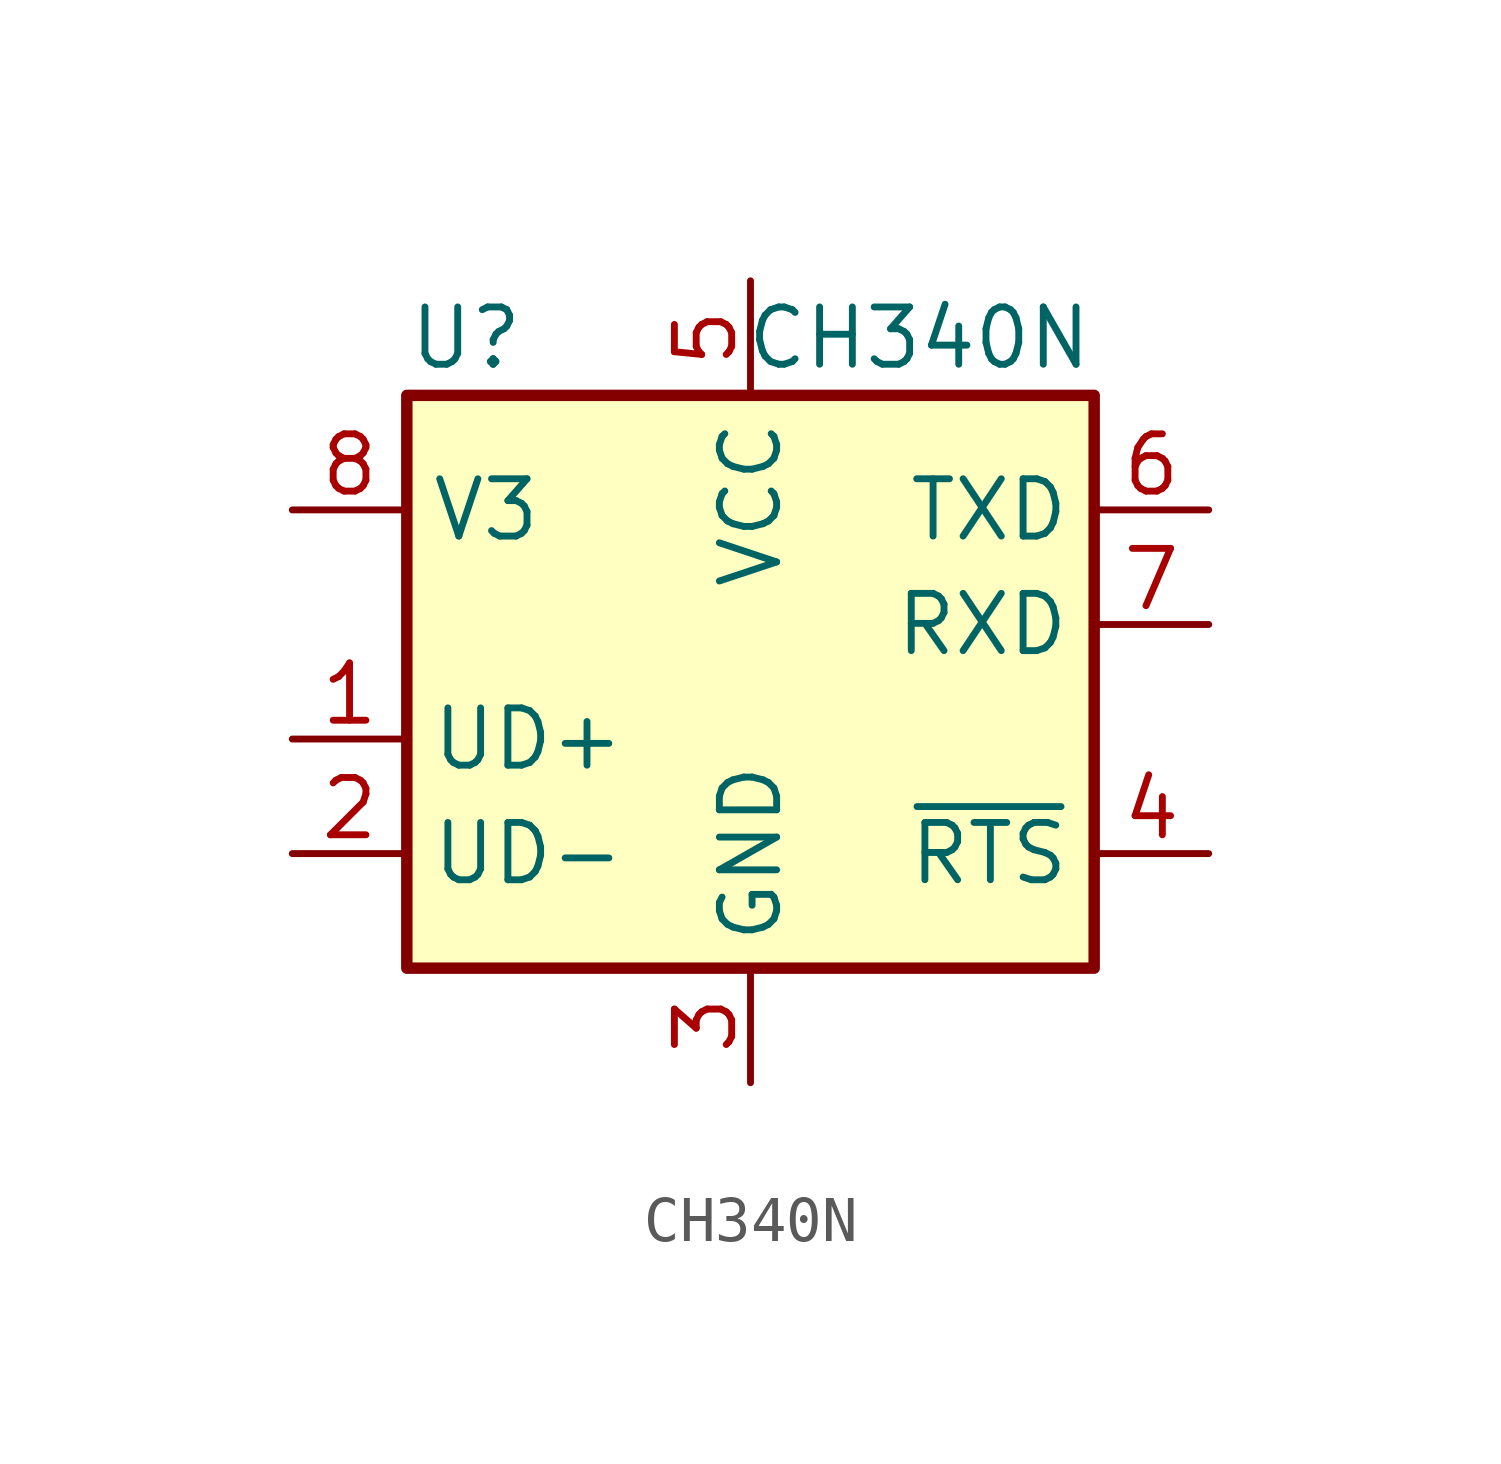
<source format=kicad_sym>
(kicad_symbol_lib
  (version 20231120)
  (generator "kicad_symbol_editor")
  (generator_version "8.0")
  (symbol "CH340N"
    (property "Reference" "U"
      (at -7.62 6.35 0)
      (effects (font (size 1.27 1.27)) (justify left)))
    (property "Value" "CH340N"
      (at 7.62 6.35 0)
      (effects (font (size 1.27 1.27)) (justify right)))
    (symbol "CH340N_0_1"
      (rectangle (start -7.62 5.08) (end 7.62 -7.62) (stroke (width 0.254) (type default)) (fill (type background))))
    (symbol "CH340N_1_1"
      (pin bidirectional line (at -10.16 -2.54 0) (length 2.54) (name "UD+" (effects (font (size 1.27 1.27)))) (number "1" (effects (font (size 1.27 1.27)))))
      (pin bidirectional line (at -10.16 -5.08 0) (length 2.54) (name "UD-" (effects (font (size 1.27 1.27)))) (number "2" (effects (font (size 1.27 1.27)))))
      (pin power_in line (at 0 -10.16 90) (length 2.54) (name "GND" (effects (font (size 1.27 1.27)))) (number "3" (effects (font (size 1.27 1.27)))))
      (pin output line (at 10.16 -5.08 180) (length 2.54) (name "~{RTS}" (effects (font (size 1.27 1.27)))) (number "4" (effects (font (size 1.27 1.27)))))
      (pin power_in line (at 0 7.62 270) (length 2.54) (name "VCC" (effects (font (size 1.27 1.27)))) (number "5" (effects (font (size 1.27 1.27)))))
      (pin output line (at 10.16 2.54 180) (length 2.54) (name "TXD" (effects (font (size 1.27 1.27)))) (number "6" (effects (font (size 1.27 1.27)))))
      (pin input line (at 10.16 0 180) (length 2.54) (name "RXD" (effects (font (size 1.27 1.27)))) (number "7" (effects (font (size 1.27 1.27)))))
      (pin passive line (at -10.16 2.54 0) (length 2.54) (name "V3" (effects (font (size 1.27 1.27)))) (number "8" (effects (font (size 1.27 1.27))))))))
</source>
